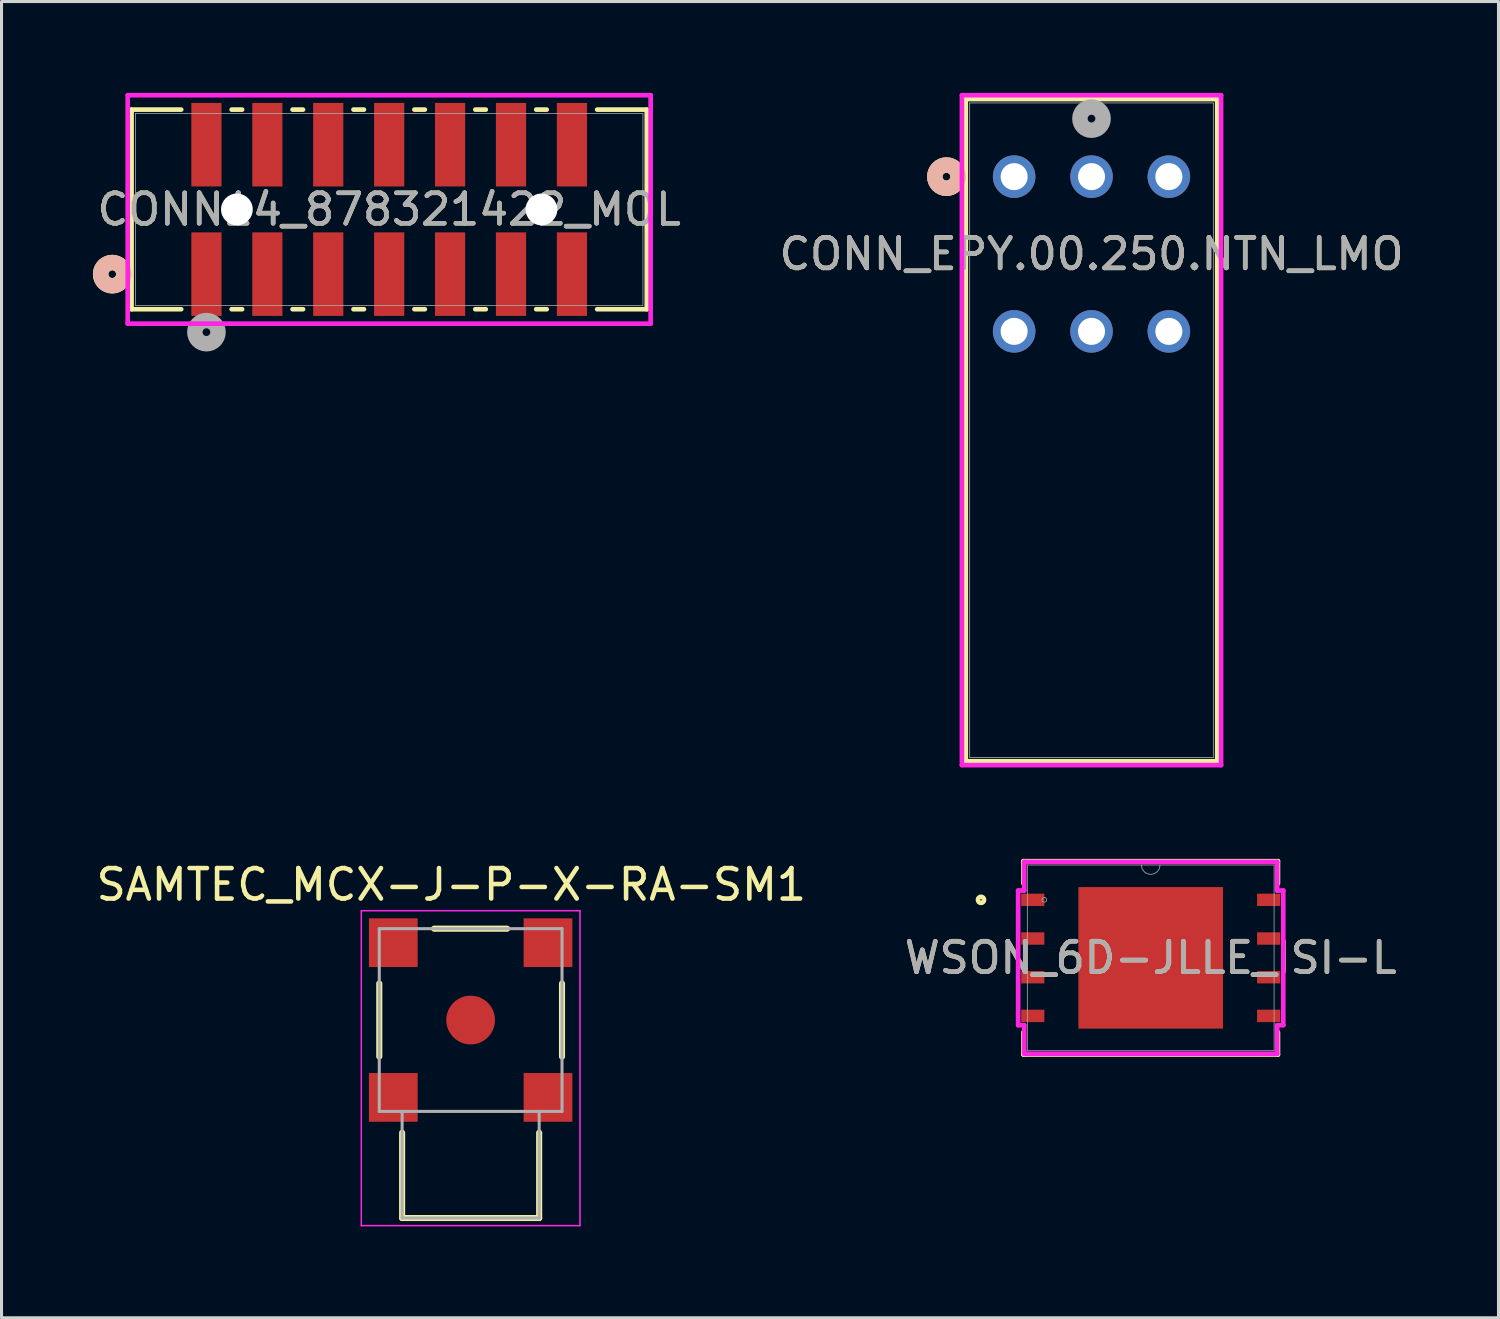
<source format=kicad_pcb>
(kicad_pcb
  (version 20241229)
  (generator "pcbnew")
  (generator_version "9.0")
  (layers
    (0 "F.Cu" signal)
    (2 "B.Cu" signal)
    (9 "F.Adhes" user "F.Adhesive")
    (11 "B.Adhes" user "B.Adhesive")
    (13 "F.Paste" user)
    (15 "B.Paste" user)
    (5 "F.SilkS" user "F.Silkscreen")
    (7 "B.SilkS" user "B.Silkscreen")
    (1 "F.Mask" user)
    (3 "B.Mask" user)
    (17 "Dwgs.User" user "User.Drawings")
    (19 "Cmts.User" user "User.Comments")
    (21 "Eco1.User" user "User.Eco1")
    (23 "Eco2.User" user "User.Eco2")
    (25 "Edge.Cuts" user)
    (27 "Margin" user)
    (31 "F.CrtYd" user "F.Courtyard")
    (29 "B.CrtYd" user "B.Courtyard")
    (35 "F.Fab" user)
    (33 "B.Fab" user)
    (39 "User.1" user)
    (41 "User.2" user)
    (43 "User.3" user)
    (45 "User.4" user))
  (footprint "SAMTEC_MCX-J-P-X-RA-SM1"
    (layer "F.Cu")
    (at 12.403 30.442)
    (property "Reference" "SAMTEC_MCX-J-P-X-RA-SM1" (at -0.635 -4.445 0) (layer "F.SilkS") (effects (font (size 1 1) (thickness 0.15))))
    (attr smd)
    (fp_line (start -3 1.2) (end -3 -1.2) (stroke (width 0.2) (type solid)) (layer "F.SilkS"))
    (fp_line (start -2.25 3.7) (end -2.25 6.5) (stroke (width 0.2) (type solid)) (layer "F.SilkS"))
    (fp_line (start -2.25 6.5) (end 2.25 6.5) (stroke (width 0.2) (type solid)) (layer "F.SilkS"))
    (fp_line (start -1.2 -3) (end 1.2 -3) (stroke (width 0.2) (type solid)) (layer "F.SilkS"))
    (fp_line (start 2.25 6.5) (end 2.25 3.7) (stroke (width 0.2) (type solid)) (layer "F.SilkS"))
    (fp_line (start 3 1.2) (end 3 -1.2) (stroke (width 0.2) (type solid)) (layer "F.SilkS"))
    (fp_line (start -3.59 -3.59) (end 3.59 -3.59) (stroke (width 0.05) (type solid)) (layer "F.CrtYd"))
    (fp_line (start -3.59 6.75) (end -3.59 -3.59) (stroke (width 0.05) (type solid)) (layer "F.CrtYd"))
    (fp_line (start 3.59 -3.59) (end 3.59 6.75) (stroke (width 0.05) (type solid)) (layer "F.CrtYd"))
    (fp_line (start 3.59 6.75) (end -3.59 6.75) (stroke (width 0.05) (type solid)) (layer "F.CrtYd"))
    (fp_line (start -3 -3) (end 3 -3) (stroke (width 0.1) (type solid)) (layer "F.Fab"))
    (fp_line (start -3 3) (end -3 -3) (stroke (width 0.1) (type solid)) (layer "F.Fab"))
    (fp_line (start -2.25 3) (end -3 3) (stroke (width 0.1) (type solid)) (layer "F.Fab"))
    (fp_line (start -2.25 3) (end -2.25 6.5) (stroke (width 0.1) (type solid)) (layer "F.Fab"))
    (fp_line (start -2.25 6.5) (end 2.25 6.5) (stroke (width 0.1) (type solid)) (layer "F.Fab"))
    (fp_line (start 2.25 3) (end -2.25 3) (stroke (width 0.1) (type solid)) (layer "F.Fab"))
    (fp_line (start 2.25 6.5) (end 2.25 3) (stroke (width 0.1) (type solid)) (layer "F.Fab"))
    (fp_line (start 3 -3) (end 3 3) (stroke (width 0.1) (type solid)) (layer "F.Fab"))
    (fp_line (start 3 3) (end 2.25 3) (stroke (width 0.1) (type solid)) (layer "F.Fab"))
    (pad "1" smd circle (at 0 0) (size 1.6 1.6) (layers "F.Cu" "F.Mask" "F.Paste"))
    (pad "S1" smd rect (at -2.54 -2.54) (size 1.6 1.6) (layers "F.Cu" "F.Mask" "F.Paste"))
    (pad "S2" smd rect (at 2.54 -2.54) (size 1.6 1.6) (layers "F.Cu" "F.Mask" "F.Paste"))
    (pad "S3" smd rect (at 2.54 2.54) (size 1.6 1.6) (layers "F.Cu" "F.Mask" "F.Paste"))
    (pad "S4" smd rect (at -2.54 2.54) (size 1.6 1.6) (layers "F.Cu" "F.Mask" "F.Paste")))
  (footprint "WSON_6D-JLLE_ISI-L"
    (layer "F.Cu")
    (at 34.732 28.4)
    (property "Reference" "WSON_6D-JLLE_ISI-L" (at 0 0 0) (unlocked yes) (layer "F.SilkS") (effects (font (size 1 1) (thickness 0.15))))
    (attr smd)
    (fp_line (start -4.178 -3.175) (end -4.178 -2.441) (stroke (width 0.152) (type solid)) (layer "F.SilkS"))
    (fp_line (start -4.178 2.441) (end -4.178 3.175) (stroke (width 0.152) (type solid)) (layer "F.SilkS"))
    (fp_line (start -4.178 3.175) (end 4.178 3.175) (stroke (width 0.152) (type solid)) (layer "F.SilkS"))
    (fp_line (start 4.178 -3.175) (end -4.178 -3.175) (stroke (width 0.152) (type solid)) (layer "F.SilkS"))
    (fp_line (start 4.178 -2.441) (end 4.178 -3.175) (stroke (width 0.152) (type solid)) (layer "F.SilkS"))
    (fp_line (start 4.178 3.175) (end 4.178 2.441) (stroke (width 0.152) (type solid)) (layer "F.SilkS"))
    (fp_circle (center -5.572 -1.905) (end -5.471 -1.905) (stroke (width 0.152) (type solid)) (fill no) (layer "F.SilkS"))
    (fp_poly (pts (xy -2.275 -2.224) (xy -2.275 -0.875) (xy -0.892 -0.875) (xy -0.892 -2.224)) (stroke (width 0) (type solid)) (fill yes) (layer "F.Paste"))
    (fp_poly (pts (xy -2.275 -0.675) (xy -2.275 0.675) (xy -0.892 0.675) (xy -0.892 -0.675)) (stroke (width 0) (type solid)) (fill yes) (layer "F.Paste"))
    (fp_poly (pts (xy -2.275 0.875) (xy -2.275 2.224) (xy -0.892 2.224) (xy -0.892 0.875)) (stroke (width 0) (type solid)) (fill yes) (layer "F.Paste"))
    (fp_poly (pts (xy -0.692 -2.224) (xy -0.692 -0.875) (xy 0.692 -0.875) (xy 0.692 -2.224)) (stroke (width 0) (type solid)) (fill yes) (layer "F.Paste"))
    (fp_poly (pts (xy -0.692 -0.675) (xy -0.692 0.675) (xy 0.692 0.675) (xy 0.692 -0.675)) (stroke (width 0) (type solid)) (fill yes) (layer "F.Paste"))
    (fp_poly (pts (xy -0.692 0.875) (xy -0.692 2.224) (xy 0.692 2.224) (xy 0.692 0.875)) (stroke (width 0) (type solid)) (fill yes) (layer "F.Paste"))
    (fp_poly (pts (xy 0.892 -2.224) (xy 0.892 -0.875) (xy 2.275 -0.875) (xy 2.275 -2.224)) (stroke (width 0) (type solid)) (fill yes) (layer "F.Paste"))
    (fp_poly (pts (xy 0.892 -0.675) (xy 0.892 0.675) (xy 2.275 0.675) (xy 2.275 -0.675)) (stroke (width 0) (type solid)) (fill yes) (layer "F.Paste"))
    (fp_poly (pts (xy 0.892 0.875) (xy 0.892 2.224) (xy 2.275 2.224) (xy 2.275 0.875)) (stroke (width 0) (type solid)) (fill yes) (layer "F.Paste"))
    (fp_line (start -4.353 -2.21) (end -4.153 -2.21) (stroke (width 0.152) (type solid)) (layer "F.CrtYd"))
    (fp_line (start -4.353 2.21) (end -4.353 -2.21) (stroke (width 0.152) (type solid)) (layer "F.CrtYd"))
    (fp_line (start -4.353 2.21) (end -4.153 2.21) (stroke (width 0.152) (type solid)) (layer "F.CrtYd"))
    (fp_line (start -4.153 -3.15) (end 4.153 -3.15) (stroke (width 0.152) (type solid)) (layer "F.CrtYd"))
    (fp_line (start -4.153 -2.21) (end -4.153 -3.15) (stroke (width 0.152) (type solid)) (layer "F.CrtYd"))
    (fp_line (start -4.153 3.15) (end -4.153 2.21) (stroke (width 0.152) (type solid)) (layer "F.CrtYd"))
    (fp_line (start 4.153 -3.15) (end 4.153 -2.21) (stroke (width 0.152) (type solid)) (layer "F.CrtYd"))
    (fp_line (start 4.153 2.21) (end 4.153 3.15) (stroke (width 0.152) (type solid)) (layer "F.CrtYd"))
    (fp_line (start 4.153 3.15) (end -4.153 3.15) (stroke (width 0.152) (type solid)) (layer "F.CrtYd"))
    (fp_line (start 4.353 -2.21) (end 4.153 -2.21) (stroke (width 0.152) (type solid)) (layer "F.CrtYd"))
    (fp_line (start 4.353 -2.21) (end 4.353 2.21) (stroke (width 0.152) (type solid)) (layer "F.CrtYd"))
    (fp_line (start 4.353 2.21) (end 4.153 2.21) (stroke (width 0.152) (type solid)) (layer "F.CrtYd"))
    (fp_line (start -4.051 -3.048) (end -4.051 3.048) (stroke (width 0.025) (type solid)) (layer "F.Fab"))
    (fp_line (start -4.051 3.048) (end 4.051 3.048) (stroke (width 0.025) (type solid)) (layer "F.Fab"))
    (fp_line (start 4.051 -3.048) (end -4.051 -3.048) (stroke (width 0.025) (type solid)) (layer "F.Fab"))
    (fp_line (start 4.051 3.048) (end 4.051 -3.048) (stroke (width 0.025) (type solid)) (layer "F.Fab"))
    (fp_arc (start 0.3048 -3.048) (mid 0 -2.7432) (end -0.3048 -3.048) (stroke (width 0.0254) (type solid)) (layer "F.Fab"))
    (fp_circle (center -3.493 -1.905) (end -3.416 -1.905) (stroke (width 0.025) (type solid)) (fill no) (layer "F.Fab"))
    (fp_text user "${REFERENCE}" (at 0 0 0) (unlocked yes) (layer "F.Fab") (effects (font (size 1 1) (thickness 0.15))))
    (pad "1" smd rect (at -3.872 -1.905) (size 0.759 0.407) (layers "F.Cu" "F.Mask" "F.Paste"))
    (pad "2" smd rect (at -3.872 -0.635) (size 0.759 0.407) (layers "F.Cu" "F.Mask" "F.Paste"))
    (pad "3" smd rect (at -3.872 0.635) (size 0.759 0.407) (layers "F.Cu" "F.Mask" "F.Paste"))
    (pad "4" smd rect (at -3.872 1.905) (size 0.759 0.407) (layers "F.Cu" "F.Mask" "F.Paste"))
    (pad "5" smd rect (at 3.872 1.905) (size 0.759 0.407) (layers "F.Cu" "F.Mask" "F.Paste"))
    (pad "6" smd rect (at 3.872 0.635) (size 0.759 0.407) (layers "F.Cu" "F.Mask" "F.Paste"))
    (pad "7" smd rect (at 3.872 -0.635) (size 0.759 0.407) (layers "F.Cu" "F.Mask" "F.Paste"))
    (pad "8" smd rect (at 3.872 -1.905) (size 0.759 0.407) (layers "F.Cu" "F.Mask" "F.Paste"))
    (pad "9" smd rect (at 0 0) (size 4.75 4.648) (layers "F.Cu" "F.Mask" "F.Paste")))
  (footprint "CONN_EPY.00.250.NTN_LMO"
    (layer "F.Cu")
    (at 32.788 2.75)
    (property "Reference" "CONN_EPY.00.250.NTN_LMO" (at 0 2.54 0) (unlocked yes) (layer "F.SilkS") (effects (font (size 1 1) (thickness 0.15))))
    (attr through_hole)
    (fp_line (start -4.128 -2.547) (end -4.128 19.195) (stroke (width 0.152) (type solid)) (layer "F.SilkS"))
    (fp_line (start -4.128 19.195) (end 4.128 19.195) (stroke (width 0.152) (type solid)) (layer "F.SilkS"))
    (fp_line (start 4.128 -2.547) (end -4.128 -2.547) (stroke (width 0.152) (type solid)) (layer "F.SilkS"))
    (fp_line (start 4.128 19.195) (end 4.128 -2.547) (stroke (width 0.152) (type solid)) (layer "F.SilkS"))
    (fp_circle (center -4.763 0) (end -4.381 0) (stroke (width 0.508) (type solid)) (fill no) (layer "F.SilkS"))
    (fp_circle (center -4.763 0) (end -4.381 0) (stroke (width 0.508) (type solid)) (fill no) (layer "B.SilkS"))
    (fp_line (start -4.255 -2.674) (end -4.255 19.322) (stroke (width 0.152) (type solid)) (layer "F.CrtYd"))
    (fp_line (start -4.255 19.322) (end 4.255 19.322) (stroke (width 0.152) (type solid)) (layer "F.CrtYd"))
    (fp_line (start 4.255 -2.674) (end -4.255 -2.674) (stroke (width 0.152) (type solid)) (layer "F.CrtYd"))
    (fp_line (start 4.255 19.322) (end 4.255 -2.674) (stroke (width 0.152) (type solid)) (layer "F.CrtYd"))
    (fp_line (start -4 -2.42) (end -4 19.068) (stroke (width 0.025) (type solid)) (layer "F.Fab"))
    (fp_line (start -4 19.068) (end 4 19.068) (stroke (width 0.025) (type solid)) (layer "F.Fab"))
    (fp_line (start 4 -2.42) (end -4 -2.42) (stroke (width 0.025) (type solid)) (layer "F.Fab"))
    (fp_line (start 4 19.068) (end 4 -2.42) (stroke (width 0.025) (type solid)) (layer "F.Fab"))
    (fp_circle (center 0 -1.905) (end 0.381 -1.905) (stroke (width 0.508) (type solid)) (fill no) (layer "F.Fab"))
    (fp_text user "${REFERENCE}" (at 0 2.54 0) (unlocked yes) (layer "F.Fab") (effects (font (size 1 1) (thickness 0.15))))
    (pad "1" thru_hole circle (at 0 0) (size 1.397 1.397) (drill 0.889) (layers "*.Cu" "*.Mask"))
    (pad "2" thru_hole circle (at -2.54 0 90) (size 1.397 1.397) (drill 0.889) (layers "*.Cu" "*.Mask"))
    (pad "3" thru_hole circle (at 2.54 0 90) (size 1.397 1.397) (drill 0.889) (layers "*.Cu" "*.Mask"))
    (pad "4" thru_hole circle (at 0 5.08) (size 1.397 1.397) (drill 0.889) (layers "*.Cu" "*.Mask"))
    (pad "5" thru_hole circle (at -2.54 5.08 90) (size 1.397 1.397) (drill 0.889) (layers "*.Cu" "*.Mask"))
    (pad "6" thru_hole circle (at 2.54 5.08 90) (size 1.397 1.397) (drill 0.889) (layers "*.Cu" "*.Mask")))
  (footprint "CONN14_878321422_MOL"
    (layer "F.Cu")
    (at 9.728 3.826)
    (property "Reference" "CONN14_878321422_MOL" (at 0 0 0) (unlocked yes) (layer "F.SilkS") (effects (font (size 1 1) (thickness 0.15))))
    (attr smd)
    (fp_line (start -8.458 -3.277) (end -8.458 3.277) (stroke (width 0.152) (type solid)) (layer "F.SilkS"))
    (fp_line (start -8.458 3.277) (end -6.828 3.277) (stroke (width 0.152) (type solid)) (layer "F.SilkS"))
    (fp_line (start -6.828 -3.277) (end -8.458 -3.277) (stroke (width 0.152) (type solid)) (layer "F.SilkS"))
    (fp_line (start -5.172 3.277) (end -4.828 3.277) (stroke (width 0.152) (type solid)) (layer "F.SilkS"))
    (fp_line (start -4.828 -3.277) (end -5.172 -3.277) (stroke (width 0.152) (type solid)) (layer "F.SilkS"))
    (fp_line (start -3.172 3.277) (end -2.828 3.277) (stroke (width 0.152) (type solid)) (layer "F.SilkS"))
    (fp_line (start -2.828 -3.277) (end -3.172 -3.277) (stroke (width 0.152) (type solid)) (layer "F.SilkS"))
    (fp_line (start -1.172 3.277) (end -0.828 3.277) (stroke (width 0.152) (type solid)) (layer "F.SilkS"))
    (fp_line (start -0.828 -3.277) (end -1.172 -3.277) (stroke (width 0.152) (type solid)) (layer "F.SilkS"))
    (fp_line (start 0.828 3.277) (end 1.172 3.277) (stroke (width 0.152) (type solid)) (layer "F.SilkS"))
    (fp_line (start 1.172 -3.277) (end 0.828 -3.277) (stroke (width 0.152) (type solid)) (layer "F.SilkS"))
    (fp_line (start 2.828 3.277) (end 3.172 3.277) (stroke (width 0.152) (type solid)) (layer "F.SilkS"))
    (fp_line (start 3.172 -3.277) (end 2.828 -3.277) (stroke (width 0.152) (type solid)) (layer "F.SilkS"))
    (fp_line (start 4.828 3.277) (end 5.172 3.277) (stroke (width 0.152) (type solid)) (layer "F.SilkS"))
    (fp_line (start 5.172 -3.277) (end 4.828 -3.277) (stroke (width 0.152) (type solid)) (layer "F.SilkS"))
    (fp_line (start 6.828 3.277) (end 8.458 3.277) (stroke (width 0.152) (type solid)) (layer "F.SilkS"))
    (fp_line (start 8.458 -3.277) (end 6.828 -3.277) (stroke (width 0.152) (type solid)) (layer "F.SilkS"))
    (fp_line (start 8.458 3.277) (end 8.458 -3.277) (stroke (width 0.152) (type solid)) (layer "F.SilkS"))
    (fp_circle (center -9.093 2.125) (end -8.712 2.125) (stroke (width 0.508) (type solid)) (fill no) (layer "F.SilkS"))
    (fp_circle (center -9.093 2.125) (end -8.712 2.125) (stroke (width 0.508) (type solid)) (fill no) (layer "B.SilkS"))
    (fp_line (start -8.585 -3.75) (end -8.585 3.751) (stroke (width 0.152) (type solid)) (layer "F.CrtYd"))
    (fp_line (start -8.585 3.751) (end 8.585 3.751) (stroke (width 0.152) (type solid)) (layer "F.CrtYd"))
    (fp_line (start 8.585 -3.75) (end -8.585 -3.75) (stroke (width 0.152) (type solid)) (layer "F.CrtYd"))
    (fp_line (start 8.585 3.751) (end 8.585 -3.75) (stroke (width 0.152) (type solid)) (layer "F.CrtYd"))
    (fp_line (start -8.331 -3.15) (end -8.331 3.15) (stroke (width 0.025) (type solid)) (layer "F.Fab"))
    (fp_line (start -8.331 3.15) (end 8.331 3.15) (stroke (width 0.025) (type solid)) (layer "F.Fab"))
    (fp_line (start 8.331 -3.15) (end -8.331 -3.15) (stroke (width 0.025) (type solid)) (layer "F.Fab"))
    (fp_line (start 8.331 3.15) (end 8.331 -3.15) (stroke (width 0.025) (type solid)) (layer "F.Fab"))
    (fp_circle (center -6 4.03) (end -5.619 4.03) (stroke (width 0.508) (type solid)) (fill no) (layer "F.Fab"))
    (fp_text user "${REFERENCE}" (at 0 0 0) (unlocked yes) (layer "F.Fab") (effects (font (size 1 1) (thickness 0.15))))
    (pad "" np_thru_hole circle (at -5 0) (size 1.041 1.041) (drill 1.041) (layers "*.Cu" "*.Mask"))
    (pad "" np_thru_hole circle (at 5 0) (size 1.041 1.041) (drill 1.041) (layers "*.Cu" "*.Mask"))
    (pad "1" smd rect (at -6 2.125) (size 0.991 2.743) (layers "F.Cu" "F.Mask" "F.Paste"))
    (pad "2" smd rect (at -6 -2.125) (size 0.991 2.743) (layers "F.Cu" "F.Mask" "F.Paste"))
    (pad "3" smd rect (at -4 2.125) (size 0.991 2.743) (layers "F.Cu" "F.Mask" "F.Paste"))
    (pad "4" smd rect (at -4 -2.125) (size 0.991 2.743) (layers "F.Cu" "F.Mask" "F.Paste"))
    (pad "5" smd rect (at -2 2.125) (size 0.991 2.743) (layers "F.Cu" "F.Mask" "F.Paste"))
    (pad "6" smd rect (at -2 -2.125) (size 0.991 2.743) (layers "F.Cu" "F.Mask" "F.Paste"))
    (pad "7" smd rect (at 0 2.125) (size 0.991 2.743) (layers "F.Cu" "F.Mask" "F.Paste"))
    (pad "8" smd rect (at 0 -2.125) (size 0.991 2.743) (layers "F.Cu" "F.Mask" "F.Paste"))
    (pad "9" smd rect (at 2 2.125) (size 0.991 2.743) (layers "F.Cu" "F.Mask" "F.Paste"))
    (pad "10" smd rect (at 2 -2.125) (size 0.991 2.743) (layers "F.Cu" "F.Mask" "F.Paste"))
    (pad "11" smd rect (at 4 2.125) (size 0.991 2.743) (layers "F.Cu" "F.Mask" "F.Paste"))
    (pad "12" smd rect (at 4 -2.125) (size 0.991 2.743) (layers "F.Cu" "F.Mask" "F.Paste"))
    (pad "13" smd rect (at 6 2.125) (size 0.991 2.743) (layers "F.Cu" "F.Mask" "F.Paste"))
    (pad "14" smd rect (at 6 -2.125) (size 0.991 2.743) (layers "F.Cu" "F.Mask" "F.Paste")))
  (gr_rect
    (start -3 -3)
    (end 46.151 40.217)
    (stroke (width 0.1) (type default))
    (fill no)
    (layer "Edge.Cuts")))
</source>
